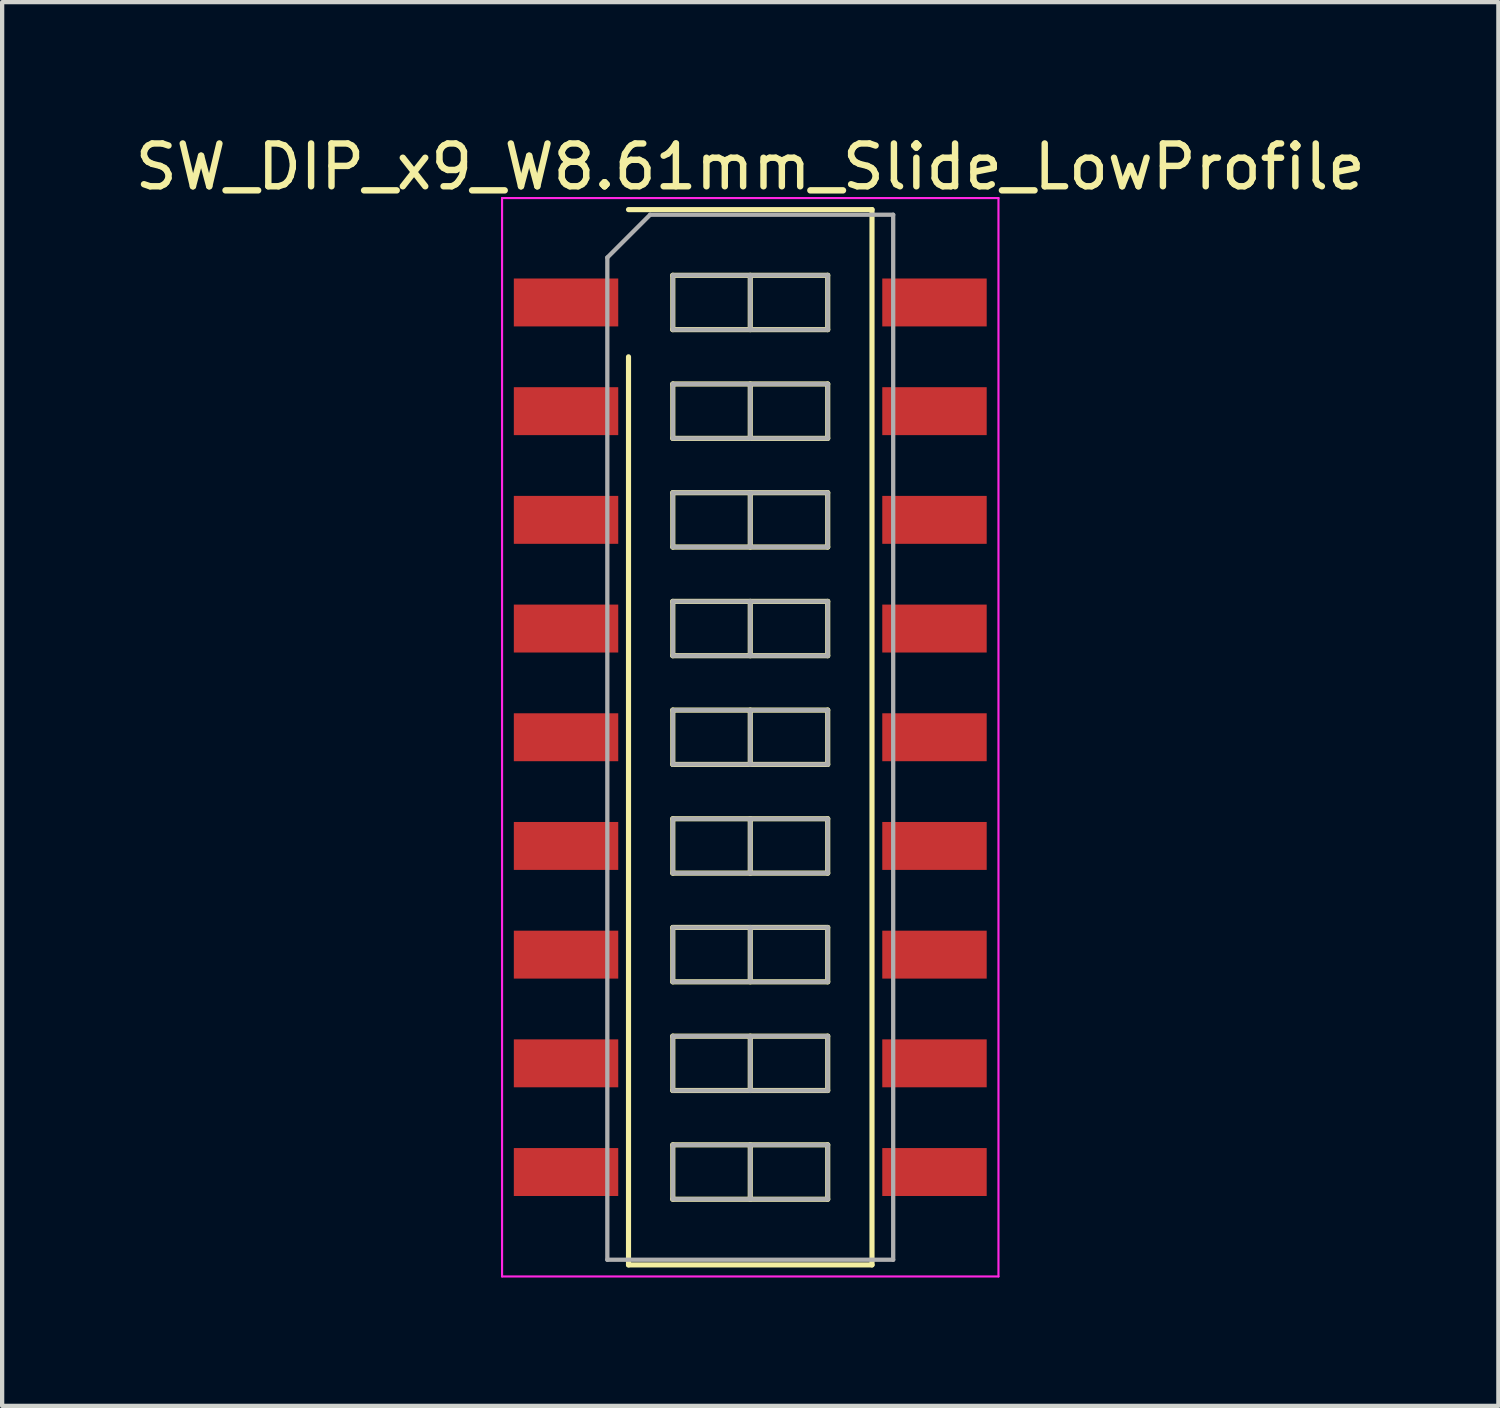
<source format=kicad_pcb>
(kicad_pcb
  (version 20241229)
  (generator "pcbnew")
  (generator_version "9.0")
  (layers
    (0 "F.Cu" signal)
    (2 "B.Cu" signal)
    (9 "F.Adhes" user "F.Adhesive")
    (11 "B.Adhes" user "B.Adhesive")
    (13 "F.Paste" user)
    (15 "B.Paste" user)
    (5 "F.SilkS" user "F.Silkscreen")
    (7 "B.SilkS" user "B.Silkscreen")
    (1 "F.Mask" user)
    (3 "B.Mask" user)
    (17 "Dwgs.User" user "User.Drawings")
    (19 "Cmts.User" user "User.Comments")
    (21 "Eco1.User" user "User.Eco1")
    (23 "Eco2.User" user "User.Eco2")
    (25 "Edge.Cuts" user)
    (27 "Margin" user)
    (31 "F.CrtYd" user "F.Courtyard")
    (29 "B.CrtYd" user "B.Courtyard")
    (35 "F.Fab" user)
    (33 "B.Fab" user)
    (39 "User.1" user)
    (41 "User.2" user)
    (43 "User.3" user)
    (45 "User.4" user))
  (footprint "SW_DIP_x9_W8.61mm_Slide_LowProfile"
    (layer "F.Cu")
    (at 14.482 14.178)
    (property "Reference" "SW_DIP_x9_W8.61mm_Slide_LowProfile" (at 0 -13.33 0) (layer "F.SilkS") (effects (font (size 1 1) (thickness 0.15))))
    (attr smd)
    (fp_line (start -2.845 -12.33) (end 2.845 -12.33) (stroke (width 0.12) (type solid)) (layer "F.SilkS"))
    (fp_line (start -2.845 12.33) (end -2.845 -8.89) (stroke (width 0.12) (type solid)) (layer "F.SilkS"))
    (fp_line (start -1.81 -10.795) (end -1.81 -9.525) (stroke (width 0.12) (type solid)) (layer "F.SilkS"))
    (fp_line (start -1.81 -9.525) (end 1.81 -9.525) (stroke (width 0.12) (type solid)) (layer "F.SilkS"))
    (fp_line (start -1.81 -8.255) (end -1.81 -6.985) (stroke (width 0.12) (type solid)) (layer "F.SilkS"))
    (fp_line (start -1.81 -6.985) (end 1.81 -6.985) (stroke (width 0.12) (type solid)) (layer "F.SilkS"))
    (fp_line (start -1.81 -5.715) (end -1.81 -4.445) (stroke (width 0.12) (type solid)) (layer "F.SilkS"))
    (fp_line (start -1.81 -4.445) (end 1.81 -4.445) (stroke (width 0.12) (type solid)) (layer "F.SilkS"))
    (fp_line (start -1.81 -3.175) (end -1.81 -1.905) (stroke (width 0.12) (type solid)) (layer "F.SilkS"))
    (fp_line (start -1.81 -1.905) (end 1.81 -1.905) (stroke (width 0.12) (type solid)) (layer "F.SilkS"))
    (fp_line (start -1.81 -0.635) (end -1.81 0.635) (stroke (width 0.12) (type solid)) (layer "F.SilkS"))
    (fp_line (start -1.81 0.635) (end 1.81 0.635) (stroke (width 0.12) (type solid)) (layer "F.SilkS"))
    (fp_line (start -1.81 1.905) (end -1.81 3.175) (stroke (width 0.12) (type solid)) (layer "F.SilkS"))
    (fp_line (start -1.81 3.175) (end 1.81 3.175) (stroke (width 0.12) (type solid)) (layer "F.SilkS"))
    (fp_line (start -1.81 4.445) (end -1.81 5.715) (stroke (width 0.12) (type solid)) (layer "F.SilkS"))
    (fp_line (start -1.81 5.715) (end 1.81 5.715) (stroke (width 0.12) (type solid)) (layer "F.SilkS"))
    (fp_line (start -1.81 6.985) (end -1.81 8.255) (stroke (width 0.12) (type solid)) (layer "F.SilkS"))
    (fp_line (start -1.81 8.255) (end 1.81 8.255) (stroke (width 0.12) (type solid)) (layer "F.SilkS"))
    (fp_line (start -1.81 9.525) (end -1.81 10.795) (stroke (width 0.12) (type solid)) (layer "F.SilkS"))
    (fp_line (start -1.81 10.795) (end 1.81 10.795) (stroke (width 0.12) (type solid)) (layer "F.SilkS"))
    (fp_line (start 0 -10.795) (end 0 -9.525) (stroke (width 0.12) (type solid)) (layer "F.SilkS"))
    (fp_line (start 0 -8.255) (end 0 -6.985) (stroke (width 0.12) (type solid)) (layer "F.SilkS"))
    (fp_line (start 0 -5.715) (end 0 -4.445) (stroke (width 0.12) (type solid)) (layer "F.SilkS"))
    (fp_line (start 0 -3.175) (end 0 -1.905) (stroke (width 0.12) (type solid)) (layer "F.SilkS"))
    (fp_line (start 0 -0.635) (end 0 0.635) (stroke (width 0.12) (type solid)) (layer "F.SilkS"))
    (fp_line (start 0 1.905) (end 0 3.175) (stroke (width 0.12) (type solid)) (layer "F.SilkS"))
    (fp_line (start 0 4.445) (end 0 5.715) (stroke (width 0.12) (type solid)) (layer "F.SilkS"))
    (fp_line (start 0 6.985) (end 0 8.255) (stroke (width 0.12) (type solid)) (layer "F.SilkS"))
    (fp_line (start 0 9.525) (end 0 10.795) (stroke (width 0.12) (type solid)) (layer "F.SilkS"))
    (fp_line (start 1.81 -10.795) (end -1.81 -10.795) (stroke (width 0.12) (type solid)) (layer "F.SilkS"))
    (fp_line (start 1.81 -9.525) (end 1.81 -10.795) (stroke (width 0.12) (type solid)) (layer "F.SilkS"))
    (fp_line (start 1.81 -8.255) (end -1.81 -8.255) (stroke (width 0.12) (type solid)) (layer "F.SilkS"))
    (fp_line (start 1.81 -6.985) (end 1.81 -8.255) (stroke (width 0.12) (type solid)) (layer "F.SilkS"))
    (fp_line (start 1.81 -5.715) (end -1.81 -5.715) (stroke (width 0.12) (type solid)) (layer "F.SilkS"))
    (fp_line (start 1.81 -4.445) (end 1.81 -5.715) (stroke (width 0.12) (type solid)) (layer "F.SilkS"))
    (fp_line (start 1.81 -3.175) (end -1.81 -3.175) (stroke (width 0.12) (type solid)) (layer "F.SilkS"))
    (fp_line (start 1.81 -1.905) (end 1.81 -3.175) (stroke (width 0.12) (type solid)) (layer "F.SilkS"))
    (fp_line (start 1.81 -0.635) (end -1.81 -0.635) (stroke (width 0.12) (type solid)) (layer "F.SilkS"))
    (fp_line (start 1.81 0.635) (end 1.81 -0.635) (stroke (width 0.12) (type solid)) (layer "F.SilkS"))
    (fp_line (start 1.81 1.905) (end -1.81 1.905) (stroke (width 0.12) (type solid)) (layer "F.SilkS"))
    (fp_line (start 1.81 3.175) (end 1.81 1.905) (stroke (width 0.12) (type solid)) (layer "F.SilkS"))
    (fp_line (start 1.81 4.445) (end -1.81 4.445) (stroke (width 0.12) (type solid)) (layer "F.SilkS"))
    (fp_line (start 1.81 5.715) (end 1.81 4.445) (stroke (width 0.12) (type solid)) (layer "F.SilkS"))
    (fp_line (start 1.81 6.985) (end -1.81 6.985) (stroke (width 0.12) (type solid)) (layer "F.SilkS"))
    (fp_line (start 1.81 8.255) (end 1.81 6.985) (stroke (width 0.12) (type solid)) (layer "F.SilkS"))
    (fp_line (start 1.81 9.525) (end -1.81 9.525) (stroke (width 0.12) (type solid)) (layer "F.SilkS"))
    (fp_line (start 1.81 10.795) (end 1.81 9.525) (stroke (width 0.12) (type solid)) (layer "F.SilkS"))
    (fp_line (start 2.845 -12.33) (end 2.845 12.33) (stroke (width 0.12) (type solid)) (layer "F.SilkS"))
    (fp_line (start 2.845 12.33) (end -2.845 12.33) (stroke (width 0.12) (type solid)) (layer "F.SilkS"))
    (fp_line (start -5.8 -12.6) (end -5.8 12.6) (stroke (width 0.05) (type solid)) (layer "F.CrtYd"))
    (fp_line (start -5.8 12.6) (end 5.8 12.6) (stroke (width 0.05) (type solid)) (layer "F.CrtYd"))
    (fp_line (start 5.8 -12.6) (end -5.8 -12.6) (stroke (width 0.05) (type solid)) (layer "F.CrtYd"))
    (fp_line (start 5.8 12.6) (end 5.8 -12.6) (stroke (width 0.05) (type solid)) (layer "F.CrtYd"))
    (fp_line (start -3.34 -11.21) (end -2.34 -12.21) (stroke (width 0.1) (type solid)) (layer "F.Fab"))
    (fp_line (start -3.34 12.21) (end -3.34 -11.21) (stroke (width 0.1) (type solid)) (layer "F.Fab"))
    (fp_line (start -2.34 -12.21) (end 3.34 -12.21) (stroke (width 0.1) (type solid)) (layer "F.Fab"))
    (fp_line (start -1.81 -10.795) (end -1.81 -9.525) (stroke (width 0.1) (type solid)) (layer "F.Fab"))
    (fp_line (start -1.81 -9.525) (end 1.81 -9.525) (stroke (width 0.1) (type solid)) (layer "F.Fab"))
    (fp_line (start -1.81 -8.255) (end -1.81 -6.985) (stroke (width 0.1) (type solid)) (layer "F.Fab"))
    (fp_line (start -1.81 -6.985) (end 1.81 -6.985) (stroke (width 0.1) (type solid)) (layer "F.Fab"))
    (fp_line (start -1.81 -5.715) (end -1.81 -4.445) (stroke (width 0.1) (type solid)) (layer "F.Fab"))
    (fp_line (start -1.81 -4.445) (end 1.81 -4.445) (stroke (width 0.1) (type solid)) (layer "F.Fab"))
    (fp_line (start -1.81 -3.175) (end -1.81 -1.905) (stroke (width 0.1) (type solid)) (layer "F.Fab"))
    (fp_line (start -1.81 -1.905) (end 1.81 -1.905) (stroke (width 0.1) (type solid)) (layer "F.Fab"))
    (fp_line (start -1.81 -0.635) (end -1.81 0.635) (stroke (width 0.1) (type solid)) (layer "F.Fab"))
    (fp_line (start -1.81 0.635) (end 1.81 0.635) (stroke (width 0.1) (type solid)) (layer "F.Fab"))
    (fp_line (start -1.81 1.905) (end -1.81 3.175) (stroke (width 0.1) (type solid)) (layer "F.Fab"))
    (fp_line (start -1.81 3.175) (end 1.81 3.175) (stroke (width 0.1) (type solid)) (layer "F.Fab"))
    (fp_line (start -1.81 4.445) (end -1.81 5.715) (stroke (width 0.1) (type solid)) (layer "F.Fab"))
    (fp_line (start -1.81 5.715) (end 1.81 5.715) (stroke (width 0.1) (type solid)) (layer "F.Fab"))
    (fp_line (start -1.81 6.985) (end -1.81 8.255) (stroke (width 0.1) (type solid)) (layer "F.Fab"))
    (fp_line (start -1.81 8.255) (end 1.81 8.255) (stroke (width 0.1) (type solid)) (layer "F.Fab"))
    (fp_line (start -1.81 9.525) (end -1.81 10.795) (stroke (width 0.1) (type solid)) (layer "F.Fab"))
    (fp_line (start -1.81 10.795) (end 1.81 10.795) (stroke (width 0.1) (type solid)) (layer "F.Fab"))
    (fp_line (start 0 -10.795) (end 0 -9.525) (stroke (width 0.1) (type solid)) (layer "F.Fab"))
    (fp_line (start 0 -8.255) (end 0 -6.985) (stroke (width 0.1) (type solid)) (layer "F.Fab"))
    (fp_line (start 0 -5.715) (end 0 -4.445) (stroke (width 0.1) (type solid)) (layer "F.Fab"))
    (fp_line (start 0 -3.175) (end 0 -1.905) (stroke (width 0.1) (type solid)) (layer "F.Fab"))
    (fp_line (start 0 -0.635) (end 0 0.635) (stroke (width 0.1) (type solid)) (layer "F.Fab"))
    (fp_line (start 0 1.905) (end 0 3.175) (stroke (width 0.1) (type solid)) (layer "F.Fab"))
    (fp_line (start 0 4.445) (end 0 5.715) (stroke (width 0.1) (type solid)) (layer "F.Fab"))
    (fp_line (start 0 6.985) (end 0 8.255) (stroke (width 0.1) (type solid)) (layer "F.Fab"))
    (fp_line (start 0 9.525) (end 0 10.795) (stroke (width 0.1) (type solid)) (layer "F.Fab"))
    (fp_line (start 1.81 -10.795) (end -1.81 -10.795) (stroke (width 0.1) (type solid)) (layer "F.Fab"))
    (fp_line (start 1.81 -9.525) (end 1.81 -10.795) (stroke (width 0.1) (type solid)) (layer "F.Fab"))
    (fp_line (start 1.81 -8.255) (end -1.81 -8.255) (stroke (width 0.1) (type solid)) (layer "F.Fab"))
    (fp_line (start 1.81 -6.985) (end 1.81 -8.255) (stroke (width 0.1) (type solid)) (layer "F.Fab"))
    (fp_line (start 1.81 -5.715) (end -1.81 -5.715) (stroke (width 0.1) (type solid)) (layer "F.Fab"))
    (fp_line (start 1.81 -4.445) (end 1.81 -5.715) (stroke (width 0.1) (type solid)) (layer "F.Fab"))
    (fp_line (start 1.81 -3.175) (end -1.81 -3.175) (stroke (width 0.1) (type solid)) (layer "F.Fab"))
    (fp_line (start 1.81 -1.905) (end 1.81 -3.175) (stroke (width 0.1) (type solid)) (layer "F.Fab"))
    (fp_line (start 1.81 -0.635) (end -1.81 -0.635) (stroke (width 0.1) (type solid)) (layer "F.Fab"))
    (fp_line (start 1.81 0.635) (end 1.81 -0.635) (stroke (width 0.1) (type solid)) (layer "F.Fab"))
    (fp_line (start 1.81 1.905) (end -1.81 1.905) (stroke (width 0.1) (type solid)) (layer "F.Fab"))
    (fp_line (start 1.81 3.175) (end 1.81 1.905) (stroke (width 0.1) (type solid)) (layer "F.Fab"))
    (fp_line (start 1.81 4.445) (end -1.81 4.445) (stroke (width 0.1) (type solid)) (layer "F.Fab"))
    (fp_line (start 1.81 5.715) (end 1.81 4.445) (stroke (width 0.1) (type solid)) (layer "F.Fab"))
    (fp_line (start 1.81 6.985) (end -1.81 6.985) (stroke (width 0.1) (type solid)) (layer "F.Fab"))
    (fp_line (start 1.81 8.255) (end 1.81 6.985) (stroke (width 0.1) (type solid)) (layer "F.Fab"))
    (fp_line (start 1.81 9.525) (end -1.81 9.525) (stroke (width 0.1) (type solid)) (layer "F.Fab"))
    (fp_line (start 1.81 10.795) (end 1.81 9.525) (stroke (width 0.1) (type solid)) (layer "F.Fab"))
    (fp_line (start 3.34 -12.21) (end 3.34 12.21) (stroke (width 0.1) (type solid)) (layer "F.Fab"))
    (fp_line (start 3.34 12.21) (end -3.34 12.21) (stroke (width 0.1) (type solid)) (layer "F.Fab"))
    (pad "1" smd rect (at -4.305 -10.16) (size 2.44 1.12) (layers "F.Cu" "F.Mask" "F.Paste"))
    (pad "2" smd rect (at -4.305 -7.62) (size 2.44 1.12) (layers "F.Cu" "F.Mask" "F.Paste"))
    (pad "3" smd rect (at -4.305 -5.08) (size 2.44 1.12) (layers "F.Cu" "F.Mask" "F.Paste"))
    (pad "4" smd rect (at -4.305 -2.54) (size 2.44 1.12) (layers "F.Cu" "F.Mask" "F.Paste"))
    (pad "5" smd rect (at -4.305 0) (size 2.44 1.12) (layers "F.Cu" "F.Mask" "F.Paste"))
    (pad "6" smd rect (at -4.305 2.54) (size 2.44 1.12) (layers "F.Cu" "F.Mask" "F.Paste"))
    (pad "7" smd rect (at -4.305 5.08) (size 2.44 1.12) (layers "F.Cu" "F.Mask" "F.Paste"))
    (pad "8" smd rect (at -4.305 7.62) (size 2.44 1.12) (layers "F.Cu" "F.Mask" "F.Paste"))
    (pad "9" smd rect (at -4.305 10.16) (size 2.44 1.12) (layers "F.Cu" "F.Mask" "F.Paste"))
    (pad "10" smd rect (at 4.305 10.16) (size 2.44 1.12) (layers "F.Cu" "F.Mask" "F.Paste"))
    (pad "11" smd rect (at 4.305 7.62) (size 2.44 1.12) (layers "F.Cu" "F.Mask" "F.Paste"))
    (pad "12" smd rect (at 4.305 5.08) (size 2.44 1.12) (layers "F.Cu" "F.Mask" "F.Paste"))
    (pad "13" smd rect (at 4.305 2.54) (size 2.44 1.12) (layers "F.Cu" "F.Mask" "F.Paste"))
    (pad "14" smd rect (at 4.305 0) (size 2.44 1.12) (layers "F.Cu" "F.Mask" "F.Paste"))
    (pad "15" smd rect (at 4.305 -2.54) (size 2.44 1.12) (layers "F.Cu" "F.Mask" "F.Paste"))
    (pad "16" smd rect (at 4.305 -5.08) (size 2.44 1.12) (layers "F.Cu" "F.Mask" "F.Paste"))
    (pad "17" smd rect (at 4.305 -7.62) (size 2.44 1.12) (layers "F.Cu" "F.Mask" "F.Paste"))
    (pad "18" smd rect (at 4.305 -10.16) (size 2.44 1.12) (layers "F.Cu" "F.Mask" "F.Paste")))
  (gr_rect
    (start -3 -3)
    (end 31.964 29.803)
    (stroke (width 0.1) (type default))
    (fill no)
    (layer "Edge.Cuts")))
</source>
